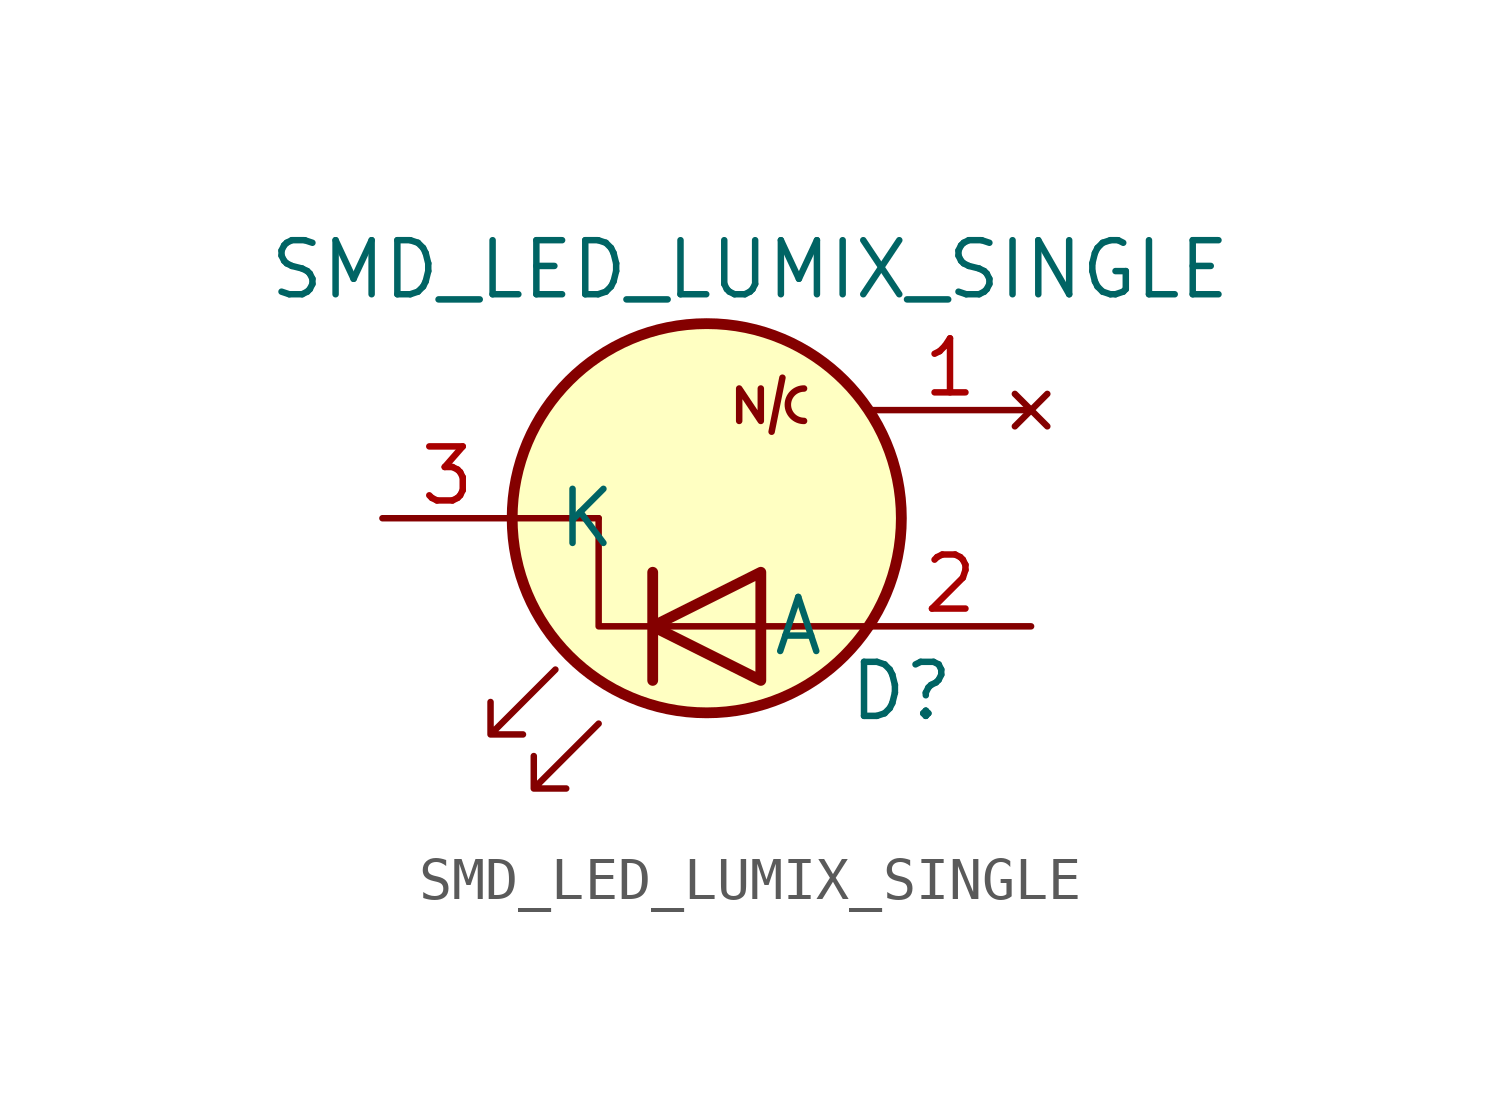
<source format=kicad_sym>
(kicad_symbol_lib
  (version 20231120)
  (generator "kicad_symbol_editor")
  (generator_version "8.0")
  (symbol "SMD_LED_LUMIX_SINGLE"
    (pin_names
      (offset 1.016))
    (property "Reference" "D"
      (at 4.572 -4.064 0)
      (effects (font (size 1.27 1.27))))
    (property "Value" "SMD_LED_LUMIX_SINGLE"
      (at 1.016 5.842 0)
      (effects (font (size 1.27 1.27))))
    (symbol "SMD_LED_LUMIX_SINGLE_0_1"
      (polyline (pts (xy 1.778 3.302) (xy 1.524 2.032)) (stroke (width 0) (type solid)) (fill (type none)))
      (polyline (pts (xy 0.762 2.286) (xy 0.762 3.048) (xy 1.27 2.286) (xy 1.27 3.048)) (stroke (width 0) (type solid)) (fill (type none)))
      (arc (start 2.286 3.048) (mid 1.905 2.667) (end 2.286 2.286) (stroke (width 0) (type solid)) (fill (type none)))
      (arc (start 2.54 2.286) (mid 2.54 2.794) (end 2.54 2.286) (stroke (width 0) (type solid)) (fill (type none))))
    (symbol "SMD_LED_LUMIX_SINGLE_1_1"
      (polyline (pts (xy -4.572 0) (xy -2.54 0)) (stroke (width 0) (type solid)) (fill (type none)))
      (polyline (pts (xy -1.27 -1.27) (xy -1.27 -3.81)) (stroke (width 0.254) (type solid)) (fill (type none)))
      (polyline (pts (xy 3.81 -2.54) (xy 1.905 -2.54)) (stroke (width 0) (type solid)) (fill (type none)))
      (polyline (pts (xy -2.54 0) (xy -2.54 -2.54) (xy 2.032 -2.54)) (stroke (width 0) (type solid)) (fill (type none)))
      (polyline (pts (xy 1.27 -3.81) (xy 1.27 -1.27) (xy -1.27 -2.54) (xy 1.27 -3.81)) (stroke (width 0.254) (type solid)) (fill (type none)))
      (polyline (pts (xy -3.556 -3.556) (xy -5.08 -5.08) (xy -5.08 -4.318) (xy -5.08 -5.08) (xy -4.318 -5.08)) (stroke (width 0) (type solid)) (fill (type none)))
      (polyline (pts (xy -2.54 -4.826) (xy -4.064 -6.35) (xy -4.064 -5.588) (xy -4.064 -6.35) (xy -3.302 -6.35)) (stroke (width 0) (type solid)) (fill (type none)))
      (circle (center 0 0) (radius 4.572) (stroke (width 0.254) (type solid)) (fill (type background)))
      (pin no_connect line (at 7.62 2.54 180) (length 3.81) (name "~" (effects (font (size 1.27 1.27)))) (number "1" (effects (font (size 1.27 1.27)))))
      (pin input line (at 7.62 -2.54 180) (length 3.81) (name "A" (effects (font (size 1.27 1.27)))) (number "2" (effects (font (size 1.27 1.27)))))
      (pin input line (at -7.62 0 0) (length 3.048) (name "K" (effects (font (size 1.27 1.27)))) (number "3" (effects (font (size 1.27 1.27))))))))
</source>
